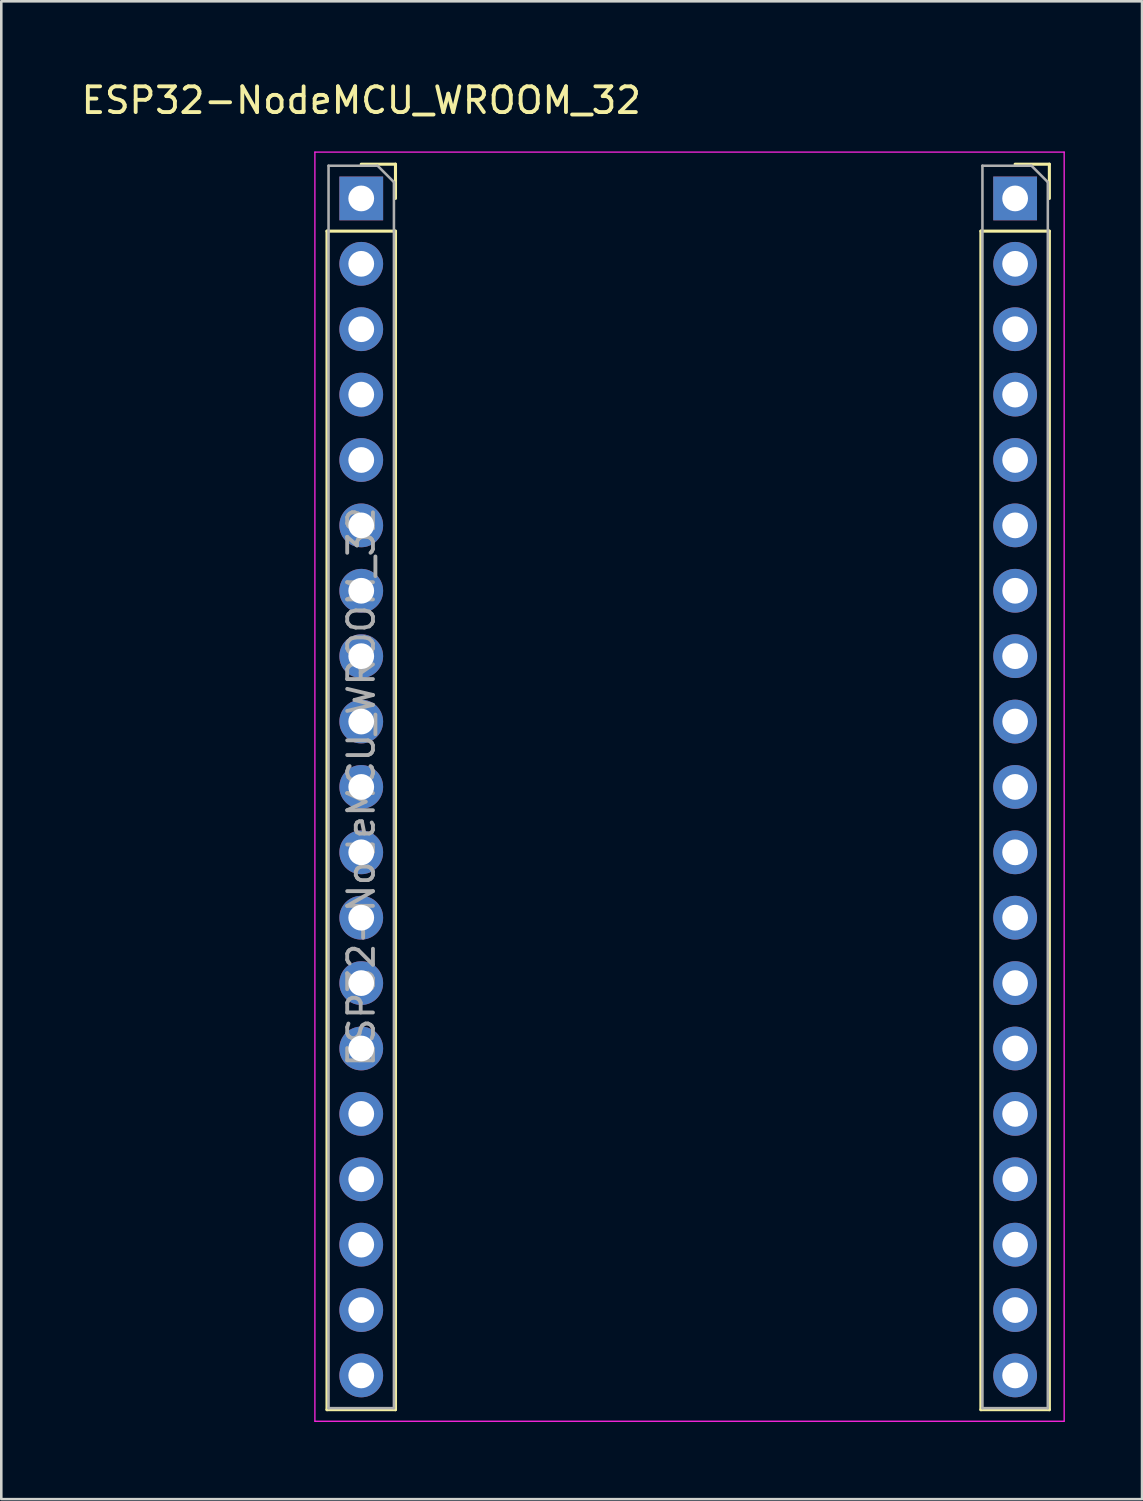
<source format=kicad_pcb>
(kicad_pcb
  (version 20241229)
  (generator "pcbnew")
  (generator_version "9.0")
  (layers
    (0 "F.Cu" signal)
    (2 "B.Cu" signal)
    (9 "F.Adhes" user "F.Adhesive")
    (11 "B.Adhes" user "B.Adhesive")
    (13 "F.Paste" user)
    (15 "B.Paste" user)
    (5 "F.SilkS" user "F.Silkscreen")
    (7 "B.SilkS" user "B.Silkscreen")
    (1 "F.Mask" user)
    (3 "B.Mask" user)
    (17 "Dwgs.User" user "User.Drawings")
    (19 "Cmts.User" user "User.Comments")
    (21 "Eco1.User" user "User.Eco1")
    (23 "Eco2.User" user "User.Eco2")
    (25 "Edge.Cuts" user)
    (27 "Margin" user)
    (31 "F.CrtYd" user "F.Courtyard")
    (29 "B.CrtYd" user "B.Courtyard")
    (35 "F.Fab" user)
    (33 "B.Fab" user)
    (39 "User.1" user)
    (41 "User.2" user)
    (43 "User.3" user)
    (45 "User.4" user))
  (footprint "ESP32-NodeMCU_WROOM_32"
    (layer "F.Cu")
    (at 10.982 4.658)
    (property "Reference" "ESP32-NodeMCU_WROOM_32" (at 0 -3.81 0) (layer "F.SilkS") (effects (font (size 1 1) (thickness 0.15))))
    (attr through_hole)
    (fp_line (start -1.33 1.27) (end -1.33 47.05) (stroke (width 0.12) (type solid)) (layer "F.SilkS"))
    (fp_line (start -1.33 1.27) (end 1.33 1.27) (stroke (width 0.12) (type solid)) (layer "F.SilkS"))
    (fp_line (start -1.33 47.05) (end 1.33 47.05) (stroke (width 0.12) (type solid)) (layer "F.SilkS"))
    (fp_line (start 0 -1.33) (end 1.33 -1.33) (stroke (width 0.12) (type solid)) (layer "F.SilkS"))
    (fp_line (start 1.33 -1.33) (end 1.33 0) (stroke (width 0.12) (type solid)) (layer "F.SilkS"))
    (fp_line (start 1.33 1.27) (end 1.33 47.05) (stroke (width 0.12) (type solid)) (layer "F.SilkS"))
    (fp_line (start 24.07 1.27) (end 24.07 47.05) (stroke (width 0.12) (type solid)) (layer "F.SilkS"))
    (fp_line (start 24.07 1.27) (end 26.73 1.27) (stroke (width 0.12) (type solid)) (layer "F.SilkS"))
    (fp_line (start 24.07 47.05) (end 26.73 47.05) (stroke (width 0.12) (type solid)) (layer "F.SilkS"))
    (fp_line (start 25.4 -1.33) (end 26.73 -1.33) (stroke (width 0.12) (type solid)) (layer "F.SilkS"))
    (fp_line (start 26.73 -1.33) (end 26.73 0) (stroke (width 0.12) (type solid)) (layer "F.SilkS"))
    (fp_line (start 26.73 1.27) (end 26.73 47.05) (stroke (width 0.12) (type solid)) (layer "F.SilkS"))
    (fp_line (start -1.8 -1.8) (end 27.305 -1.8) (stroke (width 0.05) (type solid)) (layer "F.CrtYd"))
    (fp_line (start -1.8 47.5) (end -1.8 -1.8) (stroke (width 0.05) (type solid)) (layer "F.CrtYd"))
    (fp_line (start 27.305 -1.8) (end 27.305 47.5) (stroke (width 0.05) (type solid)) (layer "F.CrtYd"))
    (fp_line (start 27.305 47.5) (end -1.8 47.5) (stroke (width 0.05) (type solid)) (layer "F.CrtYd"))
    (fp_line (start -1.27 -1.27) (end 0.635 -1.27) (stroke (width 0.1) (type solid)) (layer "F.Fab"))
    (fp_line (start -1.27 46.99) (end -1.27 -1.27) (stroke (width 0.1) (type solid)) (layer "F.Fab"))
    (fp_line (start 0.635 -1.27) (end 1.27 -0.635) (stroke (width 0.1) (type solid)) (layer "F.Fab"))
    (fp_line (start 1.27 -0.635) (end 1.27 46.99) (stroke (width 0.1) (type solid)) (layer "F.Fab"))
    (fp_line (start 1.27 46.99) (end -1.27 46.99) (stroke (width 0.1) (type solid)) (layer "F.Fab"))
    (fp_line (start 24.13 -1.27) (end 26.035 -1.27) (stroke (width 0.1) (type solid)) (layer "F.Fab"))
    (fp_line (start 24.13 46.99) (end 24.13 -1.27) (stroke (width 0.1) (type solid)) (layer "F.Fab"))
    (fp_line (start 26.035 -1.27) (end 26.67 -0.635) (stroke (width 0.1) (type solid)) (layer "F.Fab"))
    (fp_line (start 26.67 -0.635) (end 26.67 46.99) (stroke (width 0.1) (type solid)) (layer "F.Fab"))
    (fp_line (start 26.67 46.99) (end 24.13 46.99) (stroke (width 0.1) (type solid)) (layer "F.Fab"))
    (fp_text user "${REFERENCE}" (at 0 22.86 90) (layer "F.Fab") (effects (font (size 1 1) (thickness 0.15))))
    (pad "1" thru_hole rect (at 0 0) (size 1.7 1.7) (drill 1) (layers "*.Cu" "*.Mask"))
    (pad "2" thru_hole oval (at 0 2.54) (size 1.7 1.7) (drill 1) (layers "*.Cu" "*.Mask"))
    (pad "3" thru_hole oval (at 0 5.08) (size 1.7 1.7) (drill 1) (layers "*.Cu" "*.Mask"))
    (pad "4" thru_hole oval (at 0 7.62) (size 1.7 1.7) (drill 1) (layers "*.Cu" "*.Mask"))
    (pad "5" thru_hole oval (at 0 10.16) (size 1.7 1.7) (drill 1) (layers "*.Cu" "*.Mask"))
    (pad "6" thru_hole oval (at 0 12.7) (size 1.7 1.7) (drill 1) (layers "*.Cu" "*.Mask"))
    (pad "7" thru_hole oval (at 0 15.24) (size 1.7 1.7) (drill 1) (layers "*.Cu" "*.Mask"))
    (pad "8" thru_hole oval (at 0 17.78) (size 1.7 1.7) (drill 1) (layers "*.Cu" "*.Mask"))
    (pad "9" thru_hole oval (at 0 20.32) (size 1.7 1.7) (drill 1) (layers "*.Cu" "*.Mask"))
    (pad "10" thru_hole oval (at 0 22.86) (size 1.7 1.7) (drill 1) (layers "*.Cu" "*.Mask"))
    (pad "11" thru_hole oval (at 0 25.4) (size 1.7 1.7) (drill 1) (layers "*.Cu" "*.Mask"))
    (pad "12" thru_hole oval (at 0 27.94) (size 1.7 1.7) (drill 1) (layers "*.Cu" "*.Mask"))
    (pad "13" thru_hole oval (at 0 30.48) (size 1.7 1.7) (drill 1) (layers "*.Cu" "*.Mask"))
    (pad "14" thru_hole oval (at 0 33.02) (size 1.7 1.7) (drill 1) (layers "*.Cu" "*.Mask"))
    (pad "15" thru_hole oval (at 0 35.56) (size 1.7 1.7) (drill 1) (layers "*.Cu" "*.Mask"))
    (pad "16" thru_hole oval (at 0 38.1) (size 1.7 1.7) (drill 1) (layers "*.Cu" "*.Mask"))
    (pad "17" thru_hole oval (at 0 40.64) (size 1.7 1.7) (drill 1) (layers "*.Cu" "*.Mask"))
    (pad "18" thru_hole oval (at 0 43.18) (size 1.7 1.7) (drill 1) (layers "*.Cu" "*.Mask"))
    (pad "19" thru_hole oval (at 0 45.72) (size 1.7 1.7) (drill 1) (layers "*.Cu" "*.Mask"))
    (pad "20" thru_hole oval (at 25.4 45.72) (size 1.7 1.7) (drill 1) (layers "*.Cu" "*.Mask"))
    (pad "21" thru_hole oval (at 25.4 43.18) (size 1.7 1.7) (drill 1) (layers "*.Cu" "*.Mask"))
    (pad "22" thru_hole oval (at 25.4 40.64) (size 1.7 1.7) (drill 1) (layers "*.Cu" "*.Mask"))
    (pad "23" thru_hole oval (at 25.4 38.1) (size 1.7 1.7) (drill 1) (layers "*.Cu" "*.Mask"))
    (pad "24" thru_hole oval (at 25.4 35.56) (size 1.7 1.7) (drill 1) (layers "*.Cu" "*.Mask"))
    (pad "25" thru_hole oval (at 25.4 33.02) (size 1.7 1.7) (drill 1) (layers "*.Cu" "*.Mask"))
    (pad "26" thru_hole oval (at 25.4 30.48) (size 1.7 1.7) (drill 1) (layers "*.Cu" "*.Mask"))
    (pad "27" thru_hole oval (at 25.4 27.94) (size 1.7 1.7) (drill 1) (layers "*.Cu" "*.Mask"))
    (pad "28" thru_hole oval (at 25.4 25.4) (size 1.7 1.7) (drill 1) (layers "*.Cu" "*.Mask"))
    (pad "29" thru_hole oval (at 25.4 22.86) (size 1.7 1.7) (drill 1) (layers "*.Cu" "*.Mask"))
    (pad "30" thru_hole oval (at 25.4 20.32) (size 1.7 1.7) (drill 1) (layers "*.Cu" "*.Mask"))
    (pad "31" thru_hole oval (at 25.4 17.78) (size 1.7 1.7) (drill 1) (layers "*.Cu" "*.Mask"))
    (pad "32" thru_hole oval (at 25.4 15.24) (size 1.7 1.7) (drill 1) (layers "*.Cu" "*.Mask"))
    (pad "33" thru_hole oval (at 25.4 12.7) (size 1.7 1.7) (drill 1) (layers "*.Cu" "*.Mask"))
    (pad "34" thru_hole oval (at 25.4 10.16) (size 1.7 1.7) (drill 1) (layers "*.Cu" "*.Mask"))
    (pad "35" thru_hole oval (at 25.4 7.62) (size 1.7 1.7) (drill 1) (layers "*.Cu" "*.Mask"))
    (pad "36" thru_hole oval (at 25.4 5.08) (size 1.7 1.7) (drill 1) (layers "*.Cu" "*.Mask"))
    (pad "37" thru_hole oval (at 25.4 2.54) (size 1.7 1.7) (drill 1) (layers "*.Cu" "*.Mask"))
    (pad "38" thru_hole rect (at 25.4 0) (size 1.7 1.7) (drill 1) (layers "*.Cu" "*.Mask")))
  (gr_rect
    (start -3 -3)
    (end 41.312 55.183)
    (stroke (width 0.1) (type default))
    (fill no)
    (layer "Edge.Cuts")))
</source>
